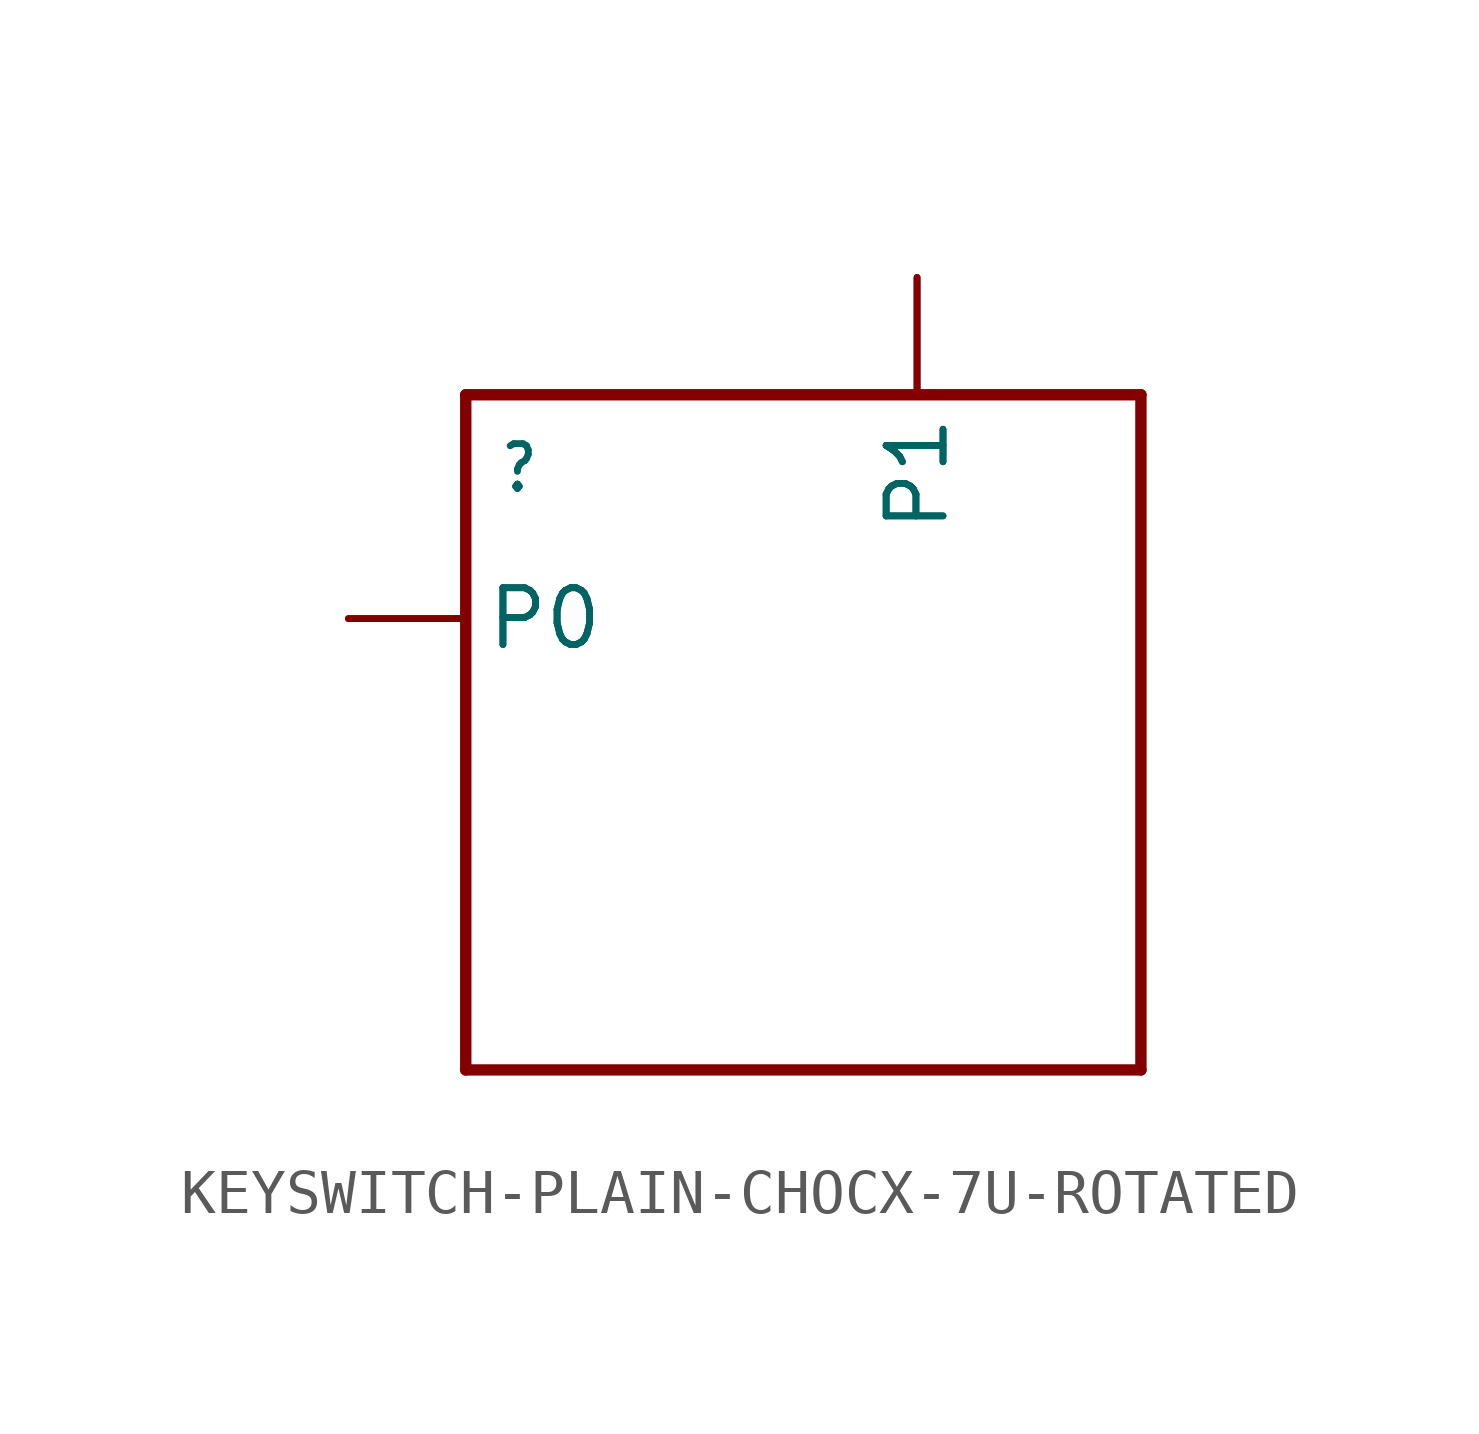
<source format=kicad_sym>
(kicad_symbol_lib
  (version 20211014)
  (generator kicad_symbol_editor)
  (symbol "KEYSWITCH-PLAIN-CHOCX-7U-ROTATED"
    (property "Reference" ""
      (at -6.81 5.318 0)
      (effects (font (size 1 0.85)) (justify left bottom)))
    (property "ki_locked" ""
      (at 0 0 0)
      (effects (font (size 1.27 1.27))))
    (symbol "KEYSWITCH-PLAIN-CHOCX-7U-ROTATED_1_0"
      (polyline (pts (xy -7.54 -7.54) (xy -7.54 7.54)) (stroke (width 0.254) (type default) (color 0 0 0 0)) (fill (type none)))
      (polyline (pts (xy -7.54 7.54) (xy 7.54 7.54)) (stroke (width 0.254) (type default) (color 0 0 0 0)) (fill (type none)))
      (polyline (pts (xy 7.54 -7.54) (xy -7.54 -7.54)) (stroke (width 0.254) (type default) (color 0 0 0 0)) (fill (type none)))
      (polyline (pts (xy 7.54 7.54) (xy 7.54 -7.54)) (stroke (width 0.254) (type default) (color 0 0 0 0)) (fill (type none)))
      (pin bidirectional line (at -10.16 2.54 0) (length 2.54) (name "P0" (effects (font (size 1.27 1.27)))) (number "CHOC1" (effects (font (size 0 0)))))
      (pin bidirectional line (at 2.54 10.16 270) (length 2.54) (name "P1" (effects (font (size 1.27 1.27)))) (number "CHOC2" (effects (font (size 0 0)))))
      (pin bidirectional line (at -10.16 2.54 0) (length 2.54) (name "P0" (effects (font (size 1.27 1.27)))) (number "X1" (effects (font (size 0 0)))))
      (pin bidirectional line (at 2.54 10.16 270) (length 2.54) (name "P1" (effects (font (size 1.27 1.27)))) (number "X2" (effects (font (size 0 0))))))))
</source>
